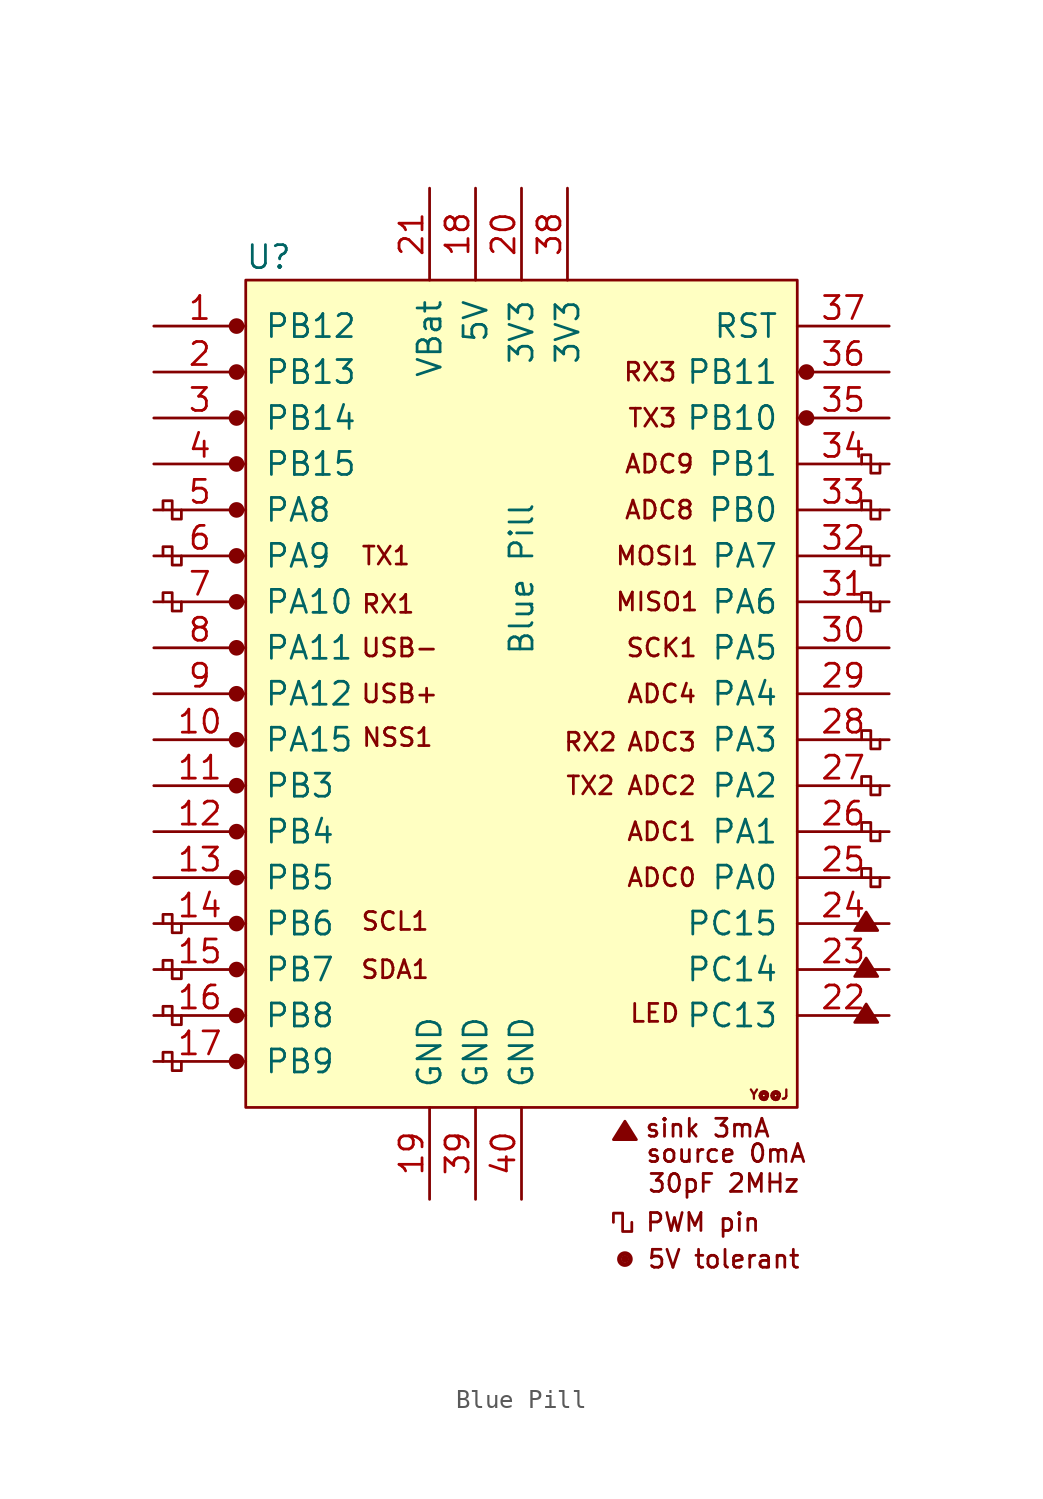
<source format=kicad_sym>
(kicad_symbol_lib
  (version 20211014)
  (generator kicad_symbol_editor)
  (symbol "Blue Pill"
    (pin_names
      (offset 1.016))
    (property "Reference" "U"
      (at -13.97 24.13 0)
      (effects (font (size 1.27 1.27))))
    (property "Value" "Blue Pill"
      (at 0 6.35 90)
      (effects (font (size 1.27 1.27))))
    (symbol "Blue Pill_0_0"
      (circle (center -15.748 -20.32) (radius 0.356) (stroke (width 0) (type default) (color 0 0 0 0)) (fill (type outline)))
      (circle (center -15.748 -17.78) (radius 0.356) (stroke (width 0) (type default) (color 0 0 0 0)) (fill (type outline)))
      (circle (center -15.748 -15.24) (radius 0.356) (stroke (width 0) (type default) (color 0 0 0 0)) (fill (type outline)))
      (circle (center -15.748 -12.7) (radius 0.356) (stroke (width 0) (type default) (color 0 0 0 0)) (fill (type outline)))
      (circle (center -15.748 -10.16) (radius 0.356) (stroke (width 0) (type default) (color 0 0 0 0)) (fill (type outline)))
      (circle (center -15.748 -7.62) (radius 0.356) (stroke (width 0) (type default) (color 0 0 0 0)) (fill (type outline)))
      (circle (center -15.748 -5.08) (radius 0.356) (stroke (width 0) (type default) (color 0 0 0 0)) (fill (type outline)))
      (circle (center -15.748 -2.54) (radius 0.356) (stroke (width 0) (type default) (color 0 0 0 0)) (fill (type outline)))
      (circle (center -15.748 0) (radius 0.356) (stroke (width 0) (type default) (color 0 0 0 0)) (fill (type outline)))
      (circle (center -15.748 2.54) (radius 0.356) (stroke (width 0) (type default) (color 0 0 0 0)) (fill (type outline)))
      (circle (center -15.748 5.08) (radius 0.356) (stroke (width 0) (type default) (color 0 0 0 0)) (fill (type outline)))
      (circle (center -15.748 7.62) (radius 0.356) (stroke (width 0) (type default) (color 0 0 0 0)) (fill (type outline)))
      (circle (center -15.748 10.16) (radius 0.356) (stroke (width 0) (type default) (color 0 0 0 0)) (fill (type outline)))
      (circle (center -15.748 12.7) (radius 0.356) (stroke (width 0) (type default) (color 0 0 0 0)) (fill (type outline)))
      (circle (center -15.748 15.24) (radius 0.356) (stroke (width 0) (type default) (color 0 0 0 0)) (fill (type outline)))
      (circle (center -15.748 20.32) (radius 0.356) (stroke (width 0) (type default) (color 0 0 0 0)) (fill (type outline)))
      (polyline (pts (xy 5.08 -24.638) (xy 5.715 -23.622) (xy 6.35 -24.638) (xy 5.08 -24.638) (xy 5.715 -23.749) (xy 6.223 -24.638) (xy 5.207 -24.511) (xy 5.715 -23.876) (xy 6.096 -24.638) (xy 5.334 -24.384) (xy 5.842 -24.003) (xy 5.969 -24.638) (xy 5.461 -24.257) (xy 5.969 -24.13) (xy 5.842 -24.511) (xy 5.588 -24.257) (xy 5.842 -24.384) (xy 5.715 -24.13)) (stroke (width 0) (type default) (color 0 0 0 0)) (fill (type none)))
      (polyline (pts (xy 18.415 -18.161) (xy 19.05 -17.145) (xy 19.685 -18.161) (xy 18.415 -18.161) (xy 19.05 -17.272) (xy 19.558 -18.161) (xy 18.542 -18.034) (xy 19.05 -17.399) (xy 19.431 -18.161) (xy 18.669 -17.907) (xy 19.177 -17.526) (xy 19.304 -18.161) (xy 18.796 -17.78) (xy 19.304 -17.653) (xy 19.177 -18.034) (xy 18.923 -17.78) (xy 19.177 -17.907) (xy 19.05 -17.653)) (stroke (width 0) (type default) (color 0 0 0 0)) (fill (type none)))
      (polyline (pts (xy 18.415 -15.621) (xy 19.05 -14.605) (xy 19.685 -15.621) (xy 18.415 -15.621) (xy 19.05 -14.732) (xy 19.558 -15.621) (xy 18.542 -15.494) (xy 19.05 -14.859) (xy 19.431 -15.621) (xy 18.669 -15.367) (xy 19.177 -14.986) (xy 19.304 -15.621) (xy 18.796 -15.24) (xy 19.304 -15.113) (xy 19.177 -15.494) (xy 18.923 -15.24) (xy 19.177 -15.367) (xy 19.05 -15.113)) (stroke (width 0) (type default) (color 0 0 0 0)) (fill (type none)))
      (polyline (pts (xy 18.415 -13.081) (xy 19.05 -12.065) (xy 19.685 -13.081) (xy 18.415 -13.081) (xy 19.05 -12.192) (xy 19.558 -13.081) (xy 18.542 -12.954) (xy 19.05 -12.319) (xy 19.431 -13.081) (xy 18.669 -12.827) (xy 19.177 -12.446) (xy 19.304 -13.081) (xy 18.796 -12.7) (xy 19.304 -12.573) (xy 19.177 -12.954) (xy 18.923 -12.7) (xy 19.177 -12.827) (xy 19.05 -12.573)) (stroke (width 0) (type default) (color 0 0 0 0)) (fill (type none)))
      (circle (center 5.715 -31.242) (radius 0.127) (stroke (width 0) (type default) (color 0 0 0 0)) (fill (type outline)))
      (circle (center 5.715 -31.242) (radius 0.254) (stroke (width 0) (type default) (color 0 0 0 0)) (fill (type none)))
      (circle (center 5.715 -31.242) (radius 0.356) (stroke (width 0) (type default) (color 0 0 0 0)) (fill (type none)))
      (circle (center 15.748 15.24) (radius 0.254) (stroke (width 0) (type default) (color 0 0 0 0)) (fill (type outline)))
      (circle (center 15.748 15.24) (radius 0.356) (stroke (width 0) (type default) (color 0 0 0 0)) (fill (type none)))
      (circle (center 15.748 17.78) (radius 0.254) (stroke (width 0) (type default) (color 0 0 0 0)) (fill (type outline)))
      (circle (center 15.748 17.78) (radius 0.356) (stroke (width 0) (type default) (color 0 0 0 0)) (fill (type none)))
      (text "30pF 2MHz" (at 11.176 -27.051 0) (effects (font (size 0.991 0.991))))
      (text "5V tolerant" (at 11.176 -31.242 0) (effects (font (size 0.991 0.991))))
      (text "ADC0" (at 7.747 -10.16 0) (effects (font (size 0.991 0.991))))
      (text "ADC1" (at 7.747 -7.62 0) (effects (font (size 0.991 0.991))))
      (text "ADC2" (at 7.747 -5.08 0) (effects (font (size 0.991 0.991))))
      (text "ADC3" (at 7.747 -2.667 0) (effects (font (size 0.991 0.991))))
      (text "ADC4" (at 7.747 0 0) (effects (font (size 0.991 0.991))))
      (text "ADC8" (at 7.62 10.16 0) (effects (font (size 0.991 0.991))))
      (text "ADC9" (at 7.62 12.7 0) (effects (font (size 0.991 0.991))))
      (text "LED" (at 7.366 -17.653 0) (effects (font (size 0.991 0.991))))
      (text "MISO1" (at 7.493 5.08 0) (effects (font (size 0.991 0.991))))
      (text "MOSI1" (at 7.493 7.62 0) (effects (font (size 0.991 0.991))))
      (text "NSS1" (at -6.858 -2.413 0) (effects (font (size 0.991 0.991))))
      (text "PWM pin" (at 10.033 -29.21 0) (effects (font (size 0.991 0.991))))
      (text "RX1" (at -7.366 4.953 0) (effects (font (size 0.991 0.991))))
      (text "RX2" (at 3.81 -2.667 0) (effects (font (size 0.991 0.991))))
      (text "RX3" (at 7.112 17.78 0) (effects (font (size 0.991 0.991))))
      (text "SCK1" (at 7.747 2.54 0) (effects (font (size 0.991 0.991))))
      (text "SCL1" (at -6.985 -12.573 0) (effects (font (size 0.991 0.991))))
      (text "SDA1" (at -6.985 -15.24 0) (effects (font (size 0.991 0.991))))
      (text "sink 3mA" (at 10.287 -24.003 0) (effects (font (size 0.991 0.991))))
      (text "source 0mA" (at 11.303 -25.4 0) (effects (font (size 0.991 0.991))))
      (text "TX1" (at -7.493 7.62 0) (effects (font (size 0.991 0.991))))
      (text "TX2" (at 3.81 -5.08 0) (effects (font (size 0.991 0.991))))
      (text "TX3" (at 7.239 15.24 0) (effects (font (size 0.991 0.991))))
      (text "USB+" (at -6.731 0 0) (effects (font (size 0.991 0.991))))
      (text "USB-" (at -6.731 2.54 0) (effects (font (size 0.991 0.991))))
      (text "Y@@J" (at 13.691 -22.149 0) (effects (font (size 0.508 0.508)))))
    (symbol "Blue Pill_0_1"
      (rectangle (start -15.24 22.86) (end 15.24 -22.86) (stroke (width 0) (type default) (color 0 0 0 0)) (fill (type background)))
      (polyline (pts (xy -18.796 -20.32) (xy -18.796 -20.828) (xy -19.304 -20.828) (xy -19.304 -19.812) (xy -19.812 -19.812) (xy -19.812 -20.32)) (stroke (width 0) (type default) (color 0 0 0 0)) (fill (type none)))
      (polyline (pts (xy -18.796 -17.78) (xy -18.796 -18.288) (xy -19.304 -18.288) (xy -19.304 -17.272) (xy -19.812 -17.272) (xy -19.812 -17.78)) (stroke (width 0) (type default) (color 0 0 0 0)) (fill (type none)))
      (polyline (pts (xy -18.796 -15.24) (xy -18.796 -15.748) (xy -19.304 -15.748) (xy -19.304 -14.732) (xy -19.812 -14.732) (xy -19.812 -15.24)) (stroke (width 0) (type default) (color 0 0 0 0)) (fill (type none)))
      (polyline (pts (xy -18.796 -12.7) (xy -18.796 -13.208) (xy -19.304 -13.208) (xy -19.304 -12.192) (xy -19.812 -12.192) (xy -19.812 -12.7)) (stroke (width 0) (type default) (color 0 0 0 0)) (fill (type none)))
      (polyline (pts (xy -18.796 5.08) (xy -18.796 4.572) (xy -19.304 4.572) (xy -19.304 5.588) (xy -19.812 5.588) (xy -19.812 5.08)) (stroke (width 0) (type default) (color 0 0 0 0)) (fill (type none)))
      (polyline (pts (xy -18.796 7.62) (xy -18.796 7.112) (xy -19.304 7.112) (xy -19.304 8.128) (xy -19.812 8.128) (xy -19.812 7.62)) (stroke (width 0) (type default) (color 0 0 0 0)) (fill (type none)))
      (polyline (pts (xy -18.796 10.16) (xy -18.796 9.652) (xy -19.304 9.652) (xy -19.304 10.668) (xy -19.812 10.668) (xy -19.812 10.16)) (stroke (width 0) (type default) (color 0 0 0 0)) (fill (type none)))
      (polyline (pts (xy 6.096 -29.21) (xy 6.096 -29.718) (xy 5.588 -29.718) (xy 5.588 -28.702) (xy 5.08 -28.702) (xy 5.08 -29.21)) (stroke (width 0) (type default) (color 0 0 0 0)) (fill (type none)))
      (polyline (pts (xy 19.812 -10.16) (xy 19.812 -10.668) (xy 19.304 -10.668) (xy 19.304 -9.652) (xy 18.796 -9.652) (xy 18.796 -10.16)) (stroke (width 0) (type default) (color 0 0 0 0)) (fill (type none)))
      (polyline (pts (xy 19.812 -7.62) (xy 19.812 -8.128) (xy 19.304 -8.128) (xy 19.304 -7.112) (xy 18.796 -7.112) (xy 18.796 -7.62)) (stroke (width 0) (type default) (color 0 0 0 0)) (fill (type none)))
      (polyline (pts (xy 19.812 -5.08) (xy 19.812 -5.588) (xy 19.304 -5.588) (xy 19.304 -4.572) (xy 18.796 -4.572) (xy 18.796 -5.08)) (stroke (width 0) (type default) (color 0 0 0 0)) (fill (type none)))
      (polyline (pts (xy 19.812 -2.54) (xy 19.812 -3.048) (xy 19.304 -3.048) (xy 19.304 -2.032) (xy 18.796 -2.032) (xy 18.796 -2.54)) (stroke (width 0) (type default) (color 0 0 0 0)) (fill (type none)))
      (polyline (pts (xy 19.812 5.08) (xy 19.812 4.572) (xy 19.304 4.572) (xy 19.304 5.588) (xy 18.796 5.588) (xy 18.796 5.08)) (stroke (width 0) (type default) (color 0 0 0 0)) (fill (type none)))
      (polyline (pts (xy 19.812 7.62) (xy 19.812 7.112) (xy 19.304 7.112) (xy 19.304 8.128) (xy 18.796 8.128) (xy 18.796 7.62)) (stroke (width 0) (type default) (color 0 0 0 0)) (fill (type none)))
      (polyline (pts (xy 19.812 10.16) (xy 19.812 9.652) (xy 19.304 9.652) (xy 19.304 10.668) (xy 18.796 10.668) (xy 18.796 10.16)) (stroke (width 0) (type default) (color 0 0 0 0)) (fill (type none)))
      (polyline (pts (xy 19.812 12.7) (xy 19.812 12.192) (xy 19.304 12.192) (xy 19.304 13.208) (xy 18.796 13.208) (xy 18.796 12.7)) (stroke (width 0) (type default) (color 0 0 0 0)) (fill (type none))))
    (symbol "Blue Pill_1_1"
      (circle (center -15.748 17.78) (radius 0.356) (stroke (width 0) (type default) (color 0 0 0 0)) (fill (type outline)))
      (pin bidirectional line (at -20.32 20.32 0) (length 5.08) (name "PB12" (effects (font (size 1.27 1.27)))) (number "1" (effects (font (size 1.27 1.27)))))
      (pin bidirectional line (at -20.32 -2.54 0) (length 5.08) (name "PA15" (effects (font (size 1.27 1.27)))) (number "10" (effects (font (size 1.27 1.27)))))
      (pin bidirectional line (at -20.32 -5.08 0) (length 5.08) (name "PB3" (effects (font (size 1.27 1.27)))) (number "11" (effects (font (size 1.27 1.27)))))
      (pin bidirectional line (at -20.32 -7.62 0) (length 5.08) (name "PB4" (effects (font (size 1.27 1.27)))) (number "12" (effects (font (size 1.27 1.27)))))
      (pin bidirectional line (at -20.32 -10.16 0) (length 5.08) (name "PB5" (effects (font (size 1.27 1.27)))) (number "13" (effects (font (size 1.27 1.27)))))
      (pin bidirectional line (at -20.32 -12.7 0) (length 5.08) (name "PB6" (effects (font (size 1.27 1.27)))) (number "14" (effects (font (size 1.27 1.27)))))
      (pin bidirectional line (at -20.32 -15.24 0) (length 5.08) (name "PB7" (effects (font (size 1.27 1.27)))) (number "15" (effects (font (size 1.27 1.27)))))
      (pin bidirectional line (at -20.32 -17.78 0) (length 5.08) (name "PB8" (effects (font (size 1.27 1.27)))) (number "16" (effects (font (size 1.27 1.27)))))
      (pin bidirectional line (at -20.32 -20.32 0) (length 5.08) (name "PB9" (effects (font (size 1.27 1.27)))) (number "17" (effects (font (size 1.27 1.27)))))
      (pin power_in line (at -2.54 27.94 270) (length 5.08) (name "5V" (effects (font (size 1.27 1.27)))) (number "18" (effects (font (size 1.27 1.27)))))
      (pin power_in line (at -5.08 -27.94 90) (length 5.08) (name "GND" (effects (font (size 1.27 1.27)))) (number "19" (effects (font (size 1.27 1.27)))))
      (pin bidirectional line (at -20.32 17.78 0) (length 5.08) (name "PB13" (effects (font (size 1.27 1.27)))) (number "2" (effects (font (size 1.27 1.27)))))
      (pin power_in line (at 0 27.94 270) (length 5.08) (name "3V3" (effects (font (size 1.27 1.27)))) (number "20" (effects (font (size 1.27 1.27)))))
      (pin power_in line (at -5.08 27.94 270) (length 5.08) (name "VBat" (effects (font (size 1.27 1.27)))) (number "21" (effects (font (size 1.27 1.27)))))
      (pin bidirectional line (at 20.32 -17.78 180) (length 5.08) (name "PC13" (effects (font (size 1.27 1.27)))) (number "22" (effects (font (size 1.27 1.27)))))
      (pin bidirectional line (at 20.32 -15.24 180) (length 5.08) (name "PC14" (effects (font (size 1.27 1.27)))) (number "23" (effects (font (size 1.27 1.27)))))
      (pin bidirectional line (at 20.32 -12.7 180) (length 5.08) (name "PC15" (effects (font (size 1.27 1.27)))) (number "24" (effects (font (size 1.27 1.27)))))
      (pin bidirectional line (at 20.32 -10.16 180) (length 5.08) (name "PA0" (effects (font (size 1.27 1.27)))) (number "25" (effects (font (size 1.27 1.27)))))
      (pin bidirectional line (at 20.32 -7.62 180) (length 5.08) (name "PA1" (effects (font (size 1.27 1.27)))) (number "26" (effects (font (size 1.27 1.27)))))
      (pin bidirectional line (at 20.32 -5.08 180) (length 5.08) (name "PA2" (effects (font (size 1.27 1.27)))) (number "27" (effects (font (size 1.27 1.27)))))
      (pin bidirectional line (at 20.32 -2.54 180) (length 5.08) (name "PA3" (effects (font (size 1.27 1.27)))) (number "28" (effects (font (size 1.27 1.27)))))
      (pin bidirectional line (at 20.32 0 180) (length 5.08) (name "PA4" (effects (font (size 1.27 1.27)))) (number "29" (effects (font (size 1.27 1.27)))))
      (pin bidirectional line (at -20.32 15.24 0) (length 5.08) (name "PB14" (effects (font (size 1.27 1.27)))) (number "3" (effects (font (size 1.27 1.27)))))
      (pin bidirectional line (at 20.32 2.54 180) (length 5.08) (name "PA5" (effects (font (size 1.27 1.27)))) (number "30" (effects (font (size 1.27 1.27)))))
      (pin bidirectional line (at 20.32 5.08 180) (length 5.08) (name "PA6" (effects (font (size 1.27 1.27)))) (number "31" (effects (font (size 1.27 1.27)))))
      (pin bidirectional line (at 20.32 7.62 180) (length 5.08) (name "PA7" (effects (font (size 1.27 1.27)))) (number "32" (effects (font (size 1.27 1.27)))))
      (pin bidirectional line (at 20.32 10.16 180) (length 5.08) (name "PB0" (effects (font (size 1.27 1.27)))) (number "33" (effects (font (size 1.27 1.27)))))
      (pin bidirectional line (at 20.32 12.7 180) (length 5.08) (name "PB1" (effects (font (size 1.27 1.27)))) (number "34" (effects (font (size 1.27 1.27)))))
      (pin bidirectional line (at 20.32 15.24 180) (length 5.08) (name "PB10" (effects (font (size 1.27 1.27)))) (number "35" (effects (font (size 1.27 1.27)))))
      (pin bidirectional line (at 20.32 17.78 180) (length 5.08) (name "PB11" (effects (font (size 1.27 1.27)))) (number "36" (effects (font (size 1.27 1.27)))))
      (pin input line (at 20.32 20.32 180) (length 5.08) (name "RST" (effects (font (size 1.27 1.27)))) (number "37" (effects (font (size 1.27 1.27)))))
      (pin power_in line (at 2.54 27.94 270) (length 5.08) (name "3V3" (effects (font (size 1.27 1.27)))) (number "38" (effects (font (size 1.27 1.27)))))
      (pin power_in line (at -2.54 -27.94 90) (length 5.08) (name "GND" (effects (font (size 1.27 1.27)))) (number "39" (effects (font (size 1.27 1.27)))))
      (pin bidirectional line (at -20.32 12.7 0) (length 5.08) (name "PB15" (effects (font (size 1.27 1.27)))) (number "4" (effects (font (size 1.27 1.27)))))
      (pin power_in line (at 0 -27.94 90) (length 5.08) (name "GND" (effects (font (size 1.27 1.27)))) (number "40" (effects (font (size 1.27 1.27)))))
      (pin bidirectional line (at -20.32 10.16 0) (length 5.08) (name "PA8" (effects (font (size 1.27 1.27)))) (number "5" (effects (font (size 1.27 1.27)))))
      (pin bidirectional line (at -20.32 7.62 0) (length 5.08) (name "PA9" (effects (font (size 1.27 1.27)))) (number "6" (effects (font (size 1.27 1.27)))))
      (pin bidirectional line (at -20.32 5.08 0) (length 5.08) (name "PA10" (effects (font (size 1.27 1.27)))) (number "7" (effects (font (size 1.27 1.27)))))
      (pin bidirectional line (at -20.32 2.54 0) (length 5.08) (name "PA11" (effects (font (size 1.27 1.27)))) (number "8" (effects (font (size 1.27 1.27)))))
      (pin bidirectional line (at -20.32 0 0) (length 5.08) (name "PA12" (effects (font (size 1.27 1.27)))) (number "9" (effects (font (size 1.27 1.27))))))))
</source>
